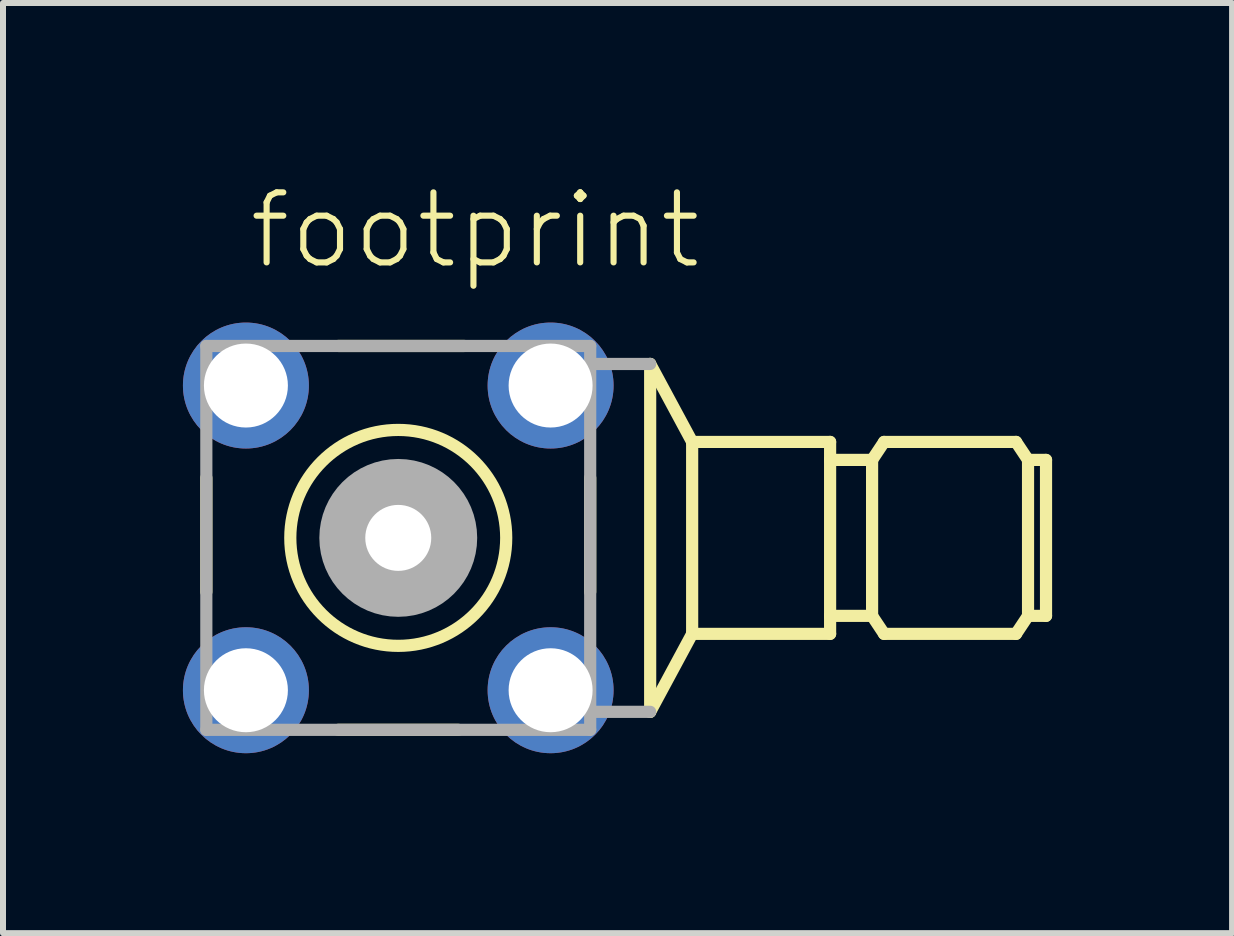
<source format=kicad_pcb>
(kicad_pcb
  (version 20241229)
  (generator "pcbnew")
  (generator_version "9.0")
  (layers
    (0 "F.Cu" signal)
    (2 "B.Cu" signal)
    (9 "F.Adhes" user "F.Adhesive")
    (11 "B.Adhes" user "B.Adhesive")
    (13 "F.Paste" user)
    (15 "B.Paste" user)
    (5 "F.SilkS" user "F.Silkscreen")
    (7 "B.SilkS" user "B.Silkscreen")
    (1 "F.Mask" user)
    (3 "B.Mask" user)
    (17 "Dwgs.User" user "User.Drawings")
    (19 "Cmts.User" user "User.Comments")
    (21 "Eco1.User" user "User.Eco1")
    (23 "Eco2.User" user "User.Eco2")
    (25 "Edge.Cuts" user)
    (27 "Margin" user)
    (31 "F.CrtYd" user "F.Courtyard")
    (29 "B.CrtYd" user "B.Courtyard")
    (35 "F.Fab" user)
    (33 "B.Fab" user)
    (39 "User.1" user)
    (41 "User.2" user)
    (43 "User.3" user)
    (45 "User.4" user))
  (footprint "footprint"
    (layer "F.Cu")
    (at 3.59 5.918)
    (property "Reference" "footprint" (at -2.54 -4.445 0) (layer "F.SilkS") (effects (font (size 1.168 1.168) (thickness 0.102)) (justify left bottom)))
    (fp_line (start -3.2 0.9) (end -3.2 -1) (stroke (width 0.203) (type solid)) (layer "F.SilkS"))
    (fp_line (start -1 -3.2) (end 1.1 -3.2) (stroke (width 0.203) (type solid)) (layer "F.SilkS"))
    (fp_line (start 1 3.2) (end -1 3.2) (stroke (width 0.203) (type solid)) (layer "F.SilkS"))
    (fp_line (start 3.2 -1) (end 3.2 0.9) (stroke (width 0.203) (type solid)) (layer "F.SilkS"))
    (fp_line (start 4.2 -2.9) (end 4.2 2.9) (stroke (width 0.203) (type solid)) (layer "F.SilkS"))
    (fp_line (start 4.2 -2.9) (end 4.9 -1.6) (stroke (width 0.203) (type solid)) (layer "F.SilkS"))
    (fp_line (start 4.9 -1.6) (end 4.9 1.6) (stroke (width 0.203) (type solid)) (layer "F.SilkS"))
    (fp_line (start 4.9 -1.6) (end 7.2 -1.6) (stroke (width 0.203) (type solid)) (layer "F.SilkS"))
    (fp_line (start 4.9 1.6) (end 4.2 2.9) (stroke (width 0.203) (type solid)) (layer "F.SilkS"))
    (fp_line (start 7.2 -1.6) (end 7.2 -1.3) (stroke (width 0.203) (type solid)) (layer "F.SilkS"))
    (fp_line (start 7.2 -1.3) (end 7.2 1.3) (stroke (width 0.203) (type solid)) (layer "F.SilkS"))
    (fp_line (start 7.2 -1.3) (end 7.9 -1.3) (stroke (width 0.203) (type solid)) (layer "F.SilkS"))
    (fp_line (start 7.2 1.3) (end 7.2 1.6) (stroke (width 0.203) (type solid)) (layer "F.SilkS"))
    (fp_line (start 7.2 1.3) (end 7.9 1.3) (stroke (width 0.203) (type solid)) (layer "F.SilkS"))
    (fp_line (start 7.2 1.6) (end 4.9 1.6) (stroke (width 0.203) (type solid)) (layer "F.SilkS"))
    (fp_line (start 7.9 -1.3) (end 7.9 1.3) (stroke (width 0.203) (type solid)) (layer "F.SilkS"))
    (fp_line (start 7.9 1.3) (end 8.1 1.6) (stroke (width 0.203) (type solid)) (layer "F.SilkS"))
    (fp_line (start 8.1 -1.6) (end 7.9 -1.3) (stroke (width 0.203) (type solid)) (layer "F.SilkS"))
    (fp_line (start 8.1 1.6) (end 10.3 1.6) (stroke (width 0.203) (type solid)) (layer "F.SilkS"))
    (fp_line (start 10.3 -1.6) (end 8.1 -1.6) (stroke (width 0.203) (type solid)) (layer "F.SilkS"))
    (fp_line (start 10.3 -1.6) (end 10.5 -1.3) (stroke (width 0.203) (type solid)) (layer "F.SilkS"))
    (fp_line (start 10.5 -1.3) (end 10.5 1.3) (stroke (width 0.203) (type solid)) (layer "F.SilkS"))
    (fp_line (start 10.5 -1.3) (end 10.8 -1.3) (stroke (width 0.203) (type solid)) (layer "F.SilkS"))
    (fp_line (start 10.5 1.3) (end 10.3 1.6) (stroke (width 0.203) (type solid)) (layer "F.SilkS"))
    (fp_line (start 10.5 1.3) (end 10.8 1.3) (stroke (width 0.203) (type solid)) (layer "F.SilkS"))
    (fp_line (start 10.8 1.3) (end 10.8 -1.3) (stroke (width 0.203) (type solid)) (layer "F.SilkS"))
    (fp_circle (center 0 0) (end 1.8 0) (stroke (width 0.203) (type solid)) (fill no) (layer "F.SilkS"))
    (fp_line (start -3.2 3.2) (end 3.2 3.2) (stroke (width 0.203) (type solid)) (layer "F.Fab"))
    (fp_line (start -3.2 -3.2) (end -3.2 3.2) (stroke (width 0.203) (type solid)) (layer "F.Fab"))
    (fp_line (start 3.2 3.2) (end 3.2 -3.2) (stroke (width 0.203) (type solid)) (layer "F.Fab"))
    (fp_line (start 3.2 -3.2) (end -3.2 -3.2) (stroke (width 0.203) (type solid)) (layer "F.Fab"))
    (fp_line (start 3.3 -2.9) (end 4.2 -2.9) (stroke (width 0.203) (type solid)) (layer "F.Fab"))
    (fp_line (start 4.2 2.9) (end 3.3 2.9) (stroke (width 0.203) (type solid)) (layer "F.Fab"))
    (fp_circle (center 0 0) (end 0.3 0) (stroke (width 1.016) (type solid)) (fill no) (layer "F.Fab"))
    (pad "1" thru_hole circle (at 0 0) (size 1.65 1.65) (drill 1.1) (layers "*.Cu" "*.Mask"))
    (pad "2" thru_hole circle (at -2.54 -2.54) (size 2.1 2.1) (drill 1.4) (layers "*.Cu" "*.Mask"))
    (pad "3" thru_hole circle (at 2.54 -2.54) (size 2.1 2.1) (drill 1.4) (layers "*.Cu" "*.Mask"))
    (pad "4" thru_hole circle (at 2.54 2.54) (size 2.1 2.1) (drill 1.4) (layers "*.Cu" "*.Mask"))
    (pad "5" thru_hole circle (at -2.54 2.54) (size 2.1 2.1) (drill 1.4) (layers "*.Cu" "*.Mask")))
  (gr_rect
    (start -3 -3)
    (end 17.492 12.508)
    (stroke (width 0.1) (type default))
    (fill no)
    (layer "Edge.Cuts")))
</source>
